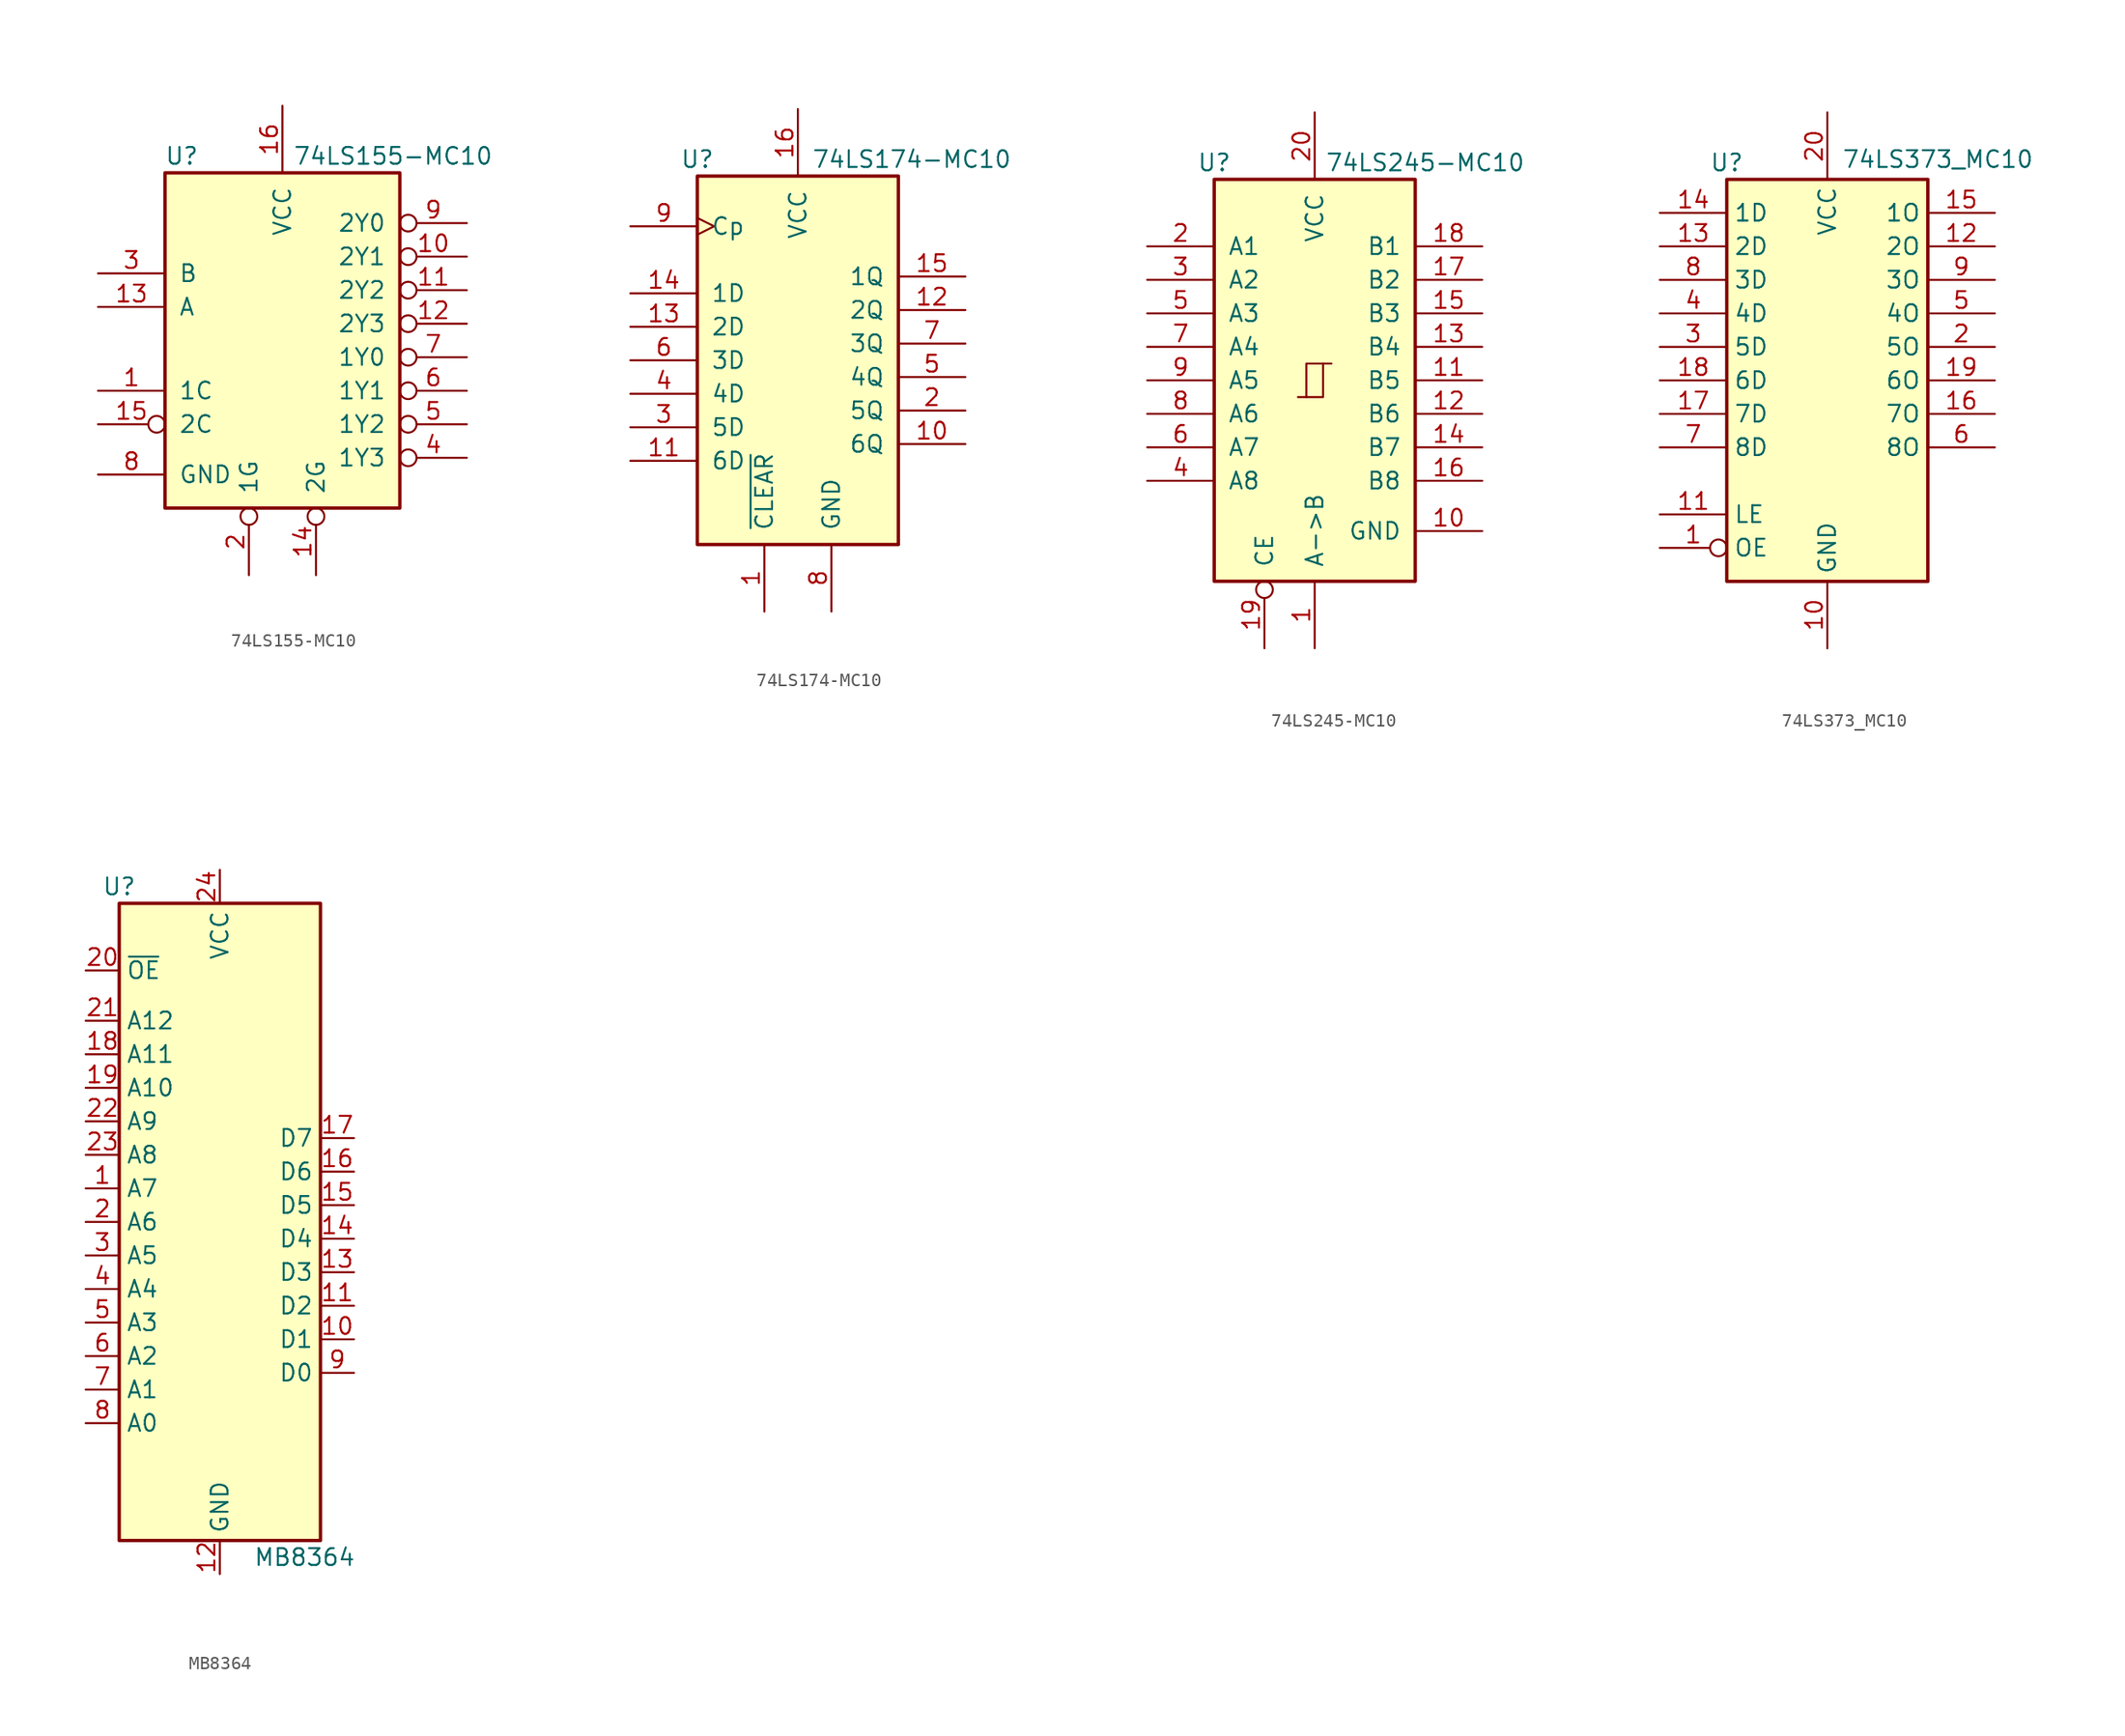
<source format=kicad_sym>
(kicad_symbol_lib
  (version 20231120)
  (generator "kicad_symbol_editor")
  (generator_version "8.0")
  (symbol "74LS155-MC10"
    (pin_names
      (offset 1.016))
    (property "Reference" "U"
      (at -7.62 13.97 0)
      (effects (font (size 1.27 1.27))))
    (property "Value" "74LS155-MC10"
      (at 8.382 13.97 0)
      (effects (font (size 1.27 1.27))))
    (property "ki_locked" ""
      (at 0 0 0)
      (effects (font (size 1.27 1.27))))
    (symbol "74LS155-MC10_1_0"
      (pin input line (at -13.97 -3.81 0) (length 5.08) (name "1C" (effects (font (size 1.27 1.27)))) (number "1" (effects (font (size 1.27 1.27)))))
      (pin output inverted (at 13.97 6.35 180) (length 5.08) (name "2Y1" (effects (font (size 1.27 1.27)))) (number "10" (effects (font (size 1.27 1.27)))))
      (pin output inverted (at 13.97 3.81 180) (length 5.08) (name "2Y2" (effects (font (size 1.27 1.27)))) (number "11" (effects (font (size 1.27 1.27)))))
      (pin output inverted (at 13.97 1.27 180) (length 5.08) (name "2Y3" (effects (font (size 1.27 1.27)))) (number "12" (effects (font (size 1.27 1.27)))))
      (pin input line (at -13.97 2.54 0) (length 5.08) (name "A" (effects (font (size 1.27 1.27)))) (number "13" (effects (font (size 1.27 1.27)))))
      (pin input inverted (at 2.54 -17.78 90) (length 5.08) (name "2G" (effects (font (size 1.27 1.27)))) (number "14" (effects (font (size 1.27 1.27)))))
      (pin input inverted (at -13.97 -6.35 0) (length 5.08) (name "2C" (effects (font (size 1.27 1.27)))) (number "15" (effects (font (size 1.27 1.27)))))
      (pin power_in line (at 0 17.78 270) (length 5.08) (name "VCC" (effects (font (size 1.27 1.27)))) (number "16" (effects (font (size 1.27 1.27)))))
      (pin input inverted (at -2.54 -17.78 90) (length 5.08) (name "1G" (effects (font (size 1.27 1.27)))) (number "2" (effects (font (size 1.27 1.27)))))
      (pin input line (at -13.97 5.08 0) (length 5.08) (name "B" (effects (font (size 1.27 1.27)))) (number "3" (effects (font (size 1.27 1.27)))))
      (pin output inverted (at 13.97 -8.89 180) (length 5.08) (name "1Y3" (effects (font (size 1.27 1.27)))) (number "4" (effects (font (size 1.27 1.27)))))
      (pin output inverted (at 13.97 -6.35 180) (length 5.08) (name "1Y2" (effects (font (size 1.27 1.27)))) (number "5" (effects (font (size 1.27 1.27)))))
      (pin output inverted (at 13.97 -3.81 180) (length 5.08) (name "1Y1" (effects (font (size 1.27 1.27)))) (number "6" (effects (font (size 1.27 1.27)))))
      (pin output inverted (at 13.97 -1.27 180) (length 5.08) (name "1Y0" (effects (font (size 1.27 1.27)))) (number "7" (effects (font (size 1.27 1.27)))))
      (pin power_in line (at -13.97 -10.16 0) (length 5.08) (name "GND" (effects (font (size 1.27 1.27)))) (number "8" (effects (font (size 1.27 1.27)))))
      (pin output inverted (at 13.97 8.89 180) (length 5.08) (name "2Y0" (effects (font (size 1.27 1.27)))) (number "9" (effects (font (size 1.27 1.27))))))
    (symbol "74LS155-MC10_1_1"
      (rectangle (start -8.89 12.7) (end 8.89 -12.7) (stroke (width 0.254) (type default)) (fill (type background)))))
  (symbol "74LS174-MC10"
    (pin_names
      (offset 1.016))
    (property "Reference" "U"
      (at -7.62 13.97 0)
      (effects (font (size 1.27 1.27))))
    (property "Value" "74LS174-MC10"
      (at 8.636 13.97 0)
      (effects (font (size 1.27 1.27))))
    (property "ki_locked" ""
      (at 0 0 0)
      (effects (font (size 1.27 1.27))))
    (symbol "74LS174-MC10_1_0"
      (pin input line (at -2.54 -20.32 90) (length 5.08) (name "~{CLEAR}" (effects (font (size 1.27 1.27)))) (number "1" (effects (font (size 1.27 1.27)))))
      (pin output line (at 12.7 -7.62 180) (length 5.08) (name "6Q" (effects (font (size 1.27 1.27)))) (number "10" (effects (font (size 1.27 1.27)))))
      (pin input line (at -12.7 -8.89 0) (length 5.08) (name "6D" (effects (font (size 1.27 1.27)))) (number "11" (effects (font (size 1.27 1.27)))))
      (pin output line (at 12.7 2.54 180) (length 5.08) (name "2Q" (effects (font (size 1.27 1.27)))) (number "12" (effects (font (size 1.27 1.27)))))
      (pin input line (at -12.7 1.27 0) (length 5.08) (name "2D" (effects (font (size 1.27 1.27)))) (number "13" (effects (font (size 1.27 1.27)))))
      (pin input line (at -12.7 3.81 0) (length 5.08) (name "1D" (effects (font (size 1.27 1.27)))) (number "14" (effects (font (size 1.27 1.27)))))
      (pin output line (at 12.7 5.08 180) (length 5.08) (name "1Q" (effects (font (size 1.27 1.27)))) (number "15" (effects (font (size 1.27 1.27)))))
      (pin power_in line (at 0 17.78 270) (length 5.08) (name "VCC" (effects (font (size 1.27 1.27)))) (number "16" (effects (font (size 1.27 1.27)))))
      (pin output line (at 12.7 -5.08 180) (length 5.08) (name "5Q" (effects (font (size 1.27 1.27)))) (number "2" (effects (font (size 1.27 1.27)))))
      (pin input line (at -12.7 -6.35 0) (length 5.08) (name "5D" (effects (font (size 1.27 1.27)))) (number "3" (effects (font (size 1.27 1.27)))))
      (pin input line (at -12.7 -3.81 0) (length 5.08) (name "4D" (effects (font (size 1.27 1.27)))) (number "4" (effects (font (size 1.27 1.27)))))
      (pin output line (at 12.7 -2.54 180) (length 5.08) (name "4Q" (effects (font (size 1.27 1.27)))) (number "5" (effects (font (size 1.27 1.27)))))
      (pin input line (at -12.7 -1.27 0) (length 5.08) (name "3D" (effects (font (size 1.27 1.27)))) (number "6" (effects (font (size 1.27 1.27)))))
      (pin output line (at 12.7 0 180) (length 5.08) (name "3Q" (effects (font (size 1.27 1.27)))) (number "7" (effects (font (size 1.27 1.27)))))
      (pin power_in line (at 2.54 -20.32 90) (length 5.08) (name "GND" (effects (font (size 1.27 1.27)))) (number "8" (effects (font (size 1.27 1.27)))))
      (pin input clock (at -12.7 8.89 0) (length 5.08) (name "Cp" (effects (font (size 1.27 1.27)))) (number "9" (effects (font (size 1.27 1.27))))))
    (symbol "74LS174-MC10_1_1"
      (rectangle (start -7.62 12.7) (end 7.62 -15.24) (stroke (width 0.254) (type default)) (fill (type background)))))
  (symbol "74LS245-MC10"
    (pin_names
      (offset 1.016))
    (property "Reference" "U"
      (at -7.62 16.51 0)
      (effects (font (size 1.27 1.27))))
    (property "Value" "74LS245-MC10"
      (at 8.382 16.51 0)
      (effects (font (size 1.27 1.27))))
    (property "ki_locked" ""
      (at 0 0 0)
      (effects (font (size 1.27 1.27))))
    (symbol "74LS245-MC10_1_0"
      (polyline (pts (xy -0.635 -1.27) (xy -0.635 1.27) (xy 0.635 1.27)) (stroke (width 0) (type default)) (fill (type none)))
      (polyline (pts (xy -1.27 -1.27) (xy 0.635 -1.27) (xy 0.635 1.27) (xy 1.27 1.27)) (stroke (width 0) (type default)) (fill (type none)))
      (pin input line (at 0 -20.32 90) (length 5.08) (name "A->B" (effects (font (size 1.27 1.27)))) (number "1" (effects (font (size 1.27 1.27)))))
      (pin power_in line (at 12.7 -11.43 180) (length 5.08) (name "GND" (effects (font (size 1.27 1.27)))) (number "10" (effects (font (size 1.27 1.27)))))
      (pin tri_state line (at 12.7 0 180) (length 5.08) (name "B5" (effects (font (size 1.27 1.27)))) (number "11" (effects (font (size 1.27 1.27)))))
      (pin tri_state line (at 12.7 -2.54 180) (length 5.08) (name "B6" (effects (font (size 1.27 1.27)))) (number "12" (effects (font (size 1.27 1.27)))))
      (pin tri_state line (at 12.7 2.54 180) (length 5.08) (name "B4" (effects (font (size 1.27 1.27)))) (number "13" (effects (font (size 1.27 1.27)))))
      (pin tri_state line (at 12.7 -5.08 180) (length 5.08) (name "B7" (effects (font (size 1.27 1.27)))) (number "14" (effects (font (size 1.27 1.27)))))
      (pin tri_state line (at 12.7 5.08 180) (length 5.08) (name "B3" (effects (font (size 1.27 1.27)))) (number "15" (effects (font (size 1.27 1.27)))))
      (pin tri_state line (at 12.7 -7.62 180) (length 5.08) (name "B8" (effects (font (size 1.27 1.27)))) (number "16" (effects (font (size 1.27 1.27)))))
      (pin tri_state line (at 12.7 7.62 180) (length 5.08) (name "B2" (effects (font (size 1.27 1.27)))) (number "17" (effects (font (size 1.27 1.27)))))
      (pin tri_state line (at 12.7 10.16 180) (length 5.08) (name "B1" (effects (font (size 1.27 1.27)))) (number "18" (effects (font (size 1.27 1.27)))))
      (pin input inverted (at -3.81 -20.32 90) (length 5.08) (name "CE" (effects (font (size 1.27 1.27)))) (number "19" (effects (font (size 1.27 1.27)))))
      (pin tri_state line (at -12.7 10.16 0) (length 5.08) (name "A1" (effects (font (size 1.27 1.27)))) (number "2" (effects (font (size 1.27 1.27)))))
      (pin power_in line (at 0 20.32 270) (length 5.08) (name "VCC" (effects (font (size 1.27 1.27)))) (number "20" (effects (font (size 1.27 1.27)))))
      (pin tri_state line (at -12.7 7.62 0) (length 5.08) (name "A2" (effects (font (size 1.27 1.27)))) (number "3" (effects (font (size 1.27 1.27)))))
      (pin tri_state line (at -12.7 -7.62 0) (length 5.08) (name "A8" (effects (font (size 1.27 1.27)))) (number "4" (effects (font (size 1.27 1.27)))))
      (pin tri_state line (at -12.7 5.08 0) (length 5.08) (name "A3" (effects (font (size 1.27 1.27)))) (number "5" (effects (font (size 1.27 1.27)))))
      (pin tri_state line (at -12.7 -5.08 0) (length 5.08) (name "A7" (effects (font (size 1.27 1.27)))) (number "6" (effects (font (size 1.27 1.27)))))
      (pin tri_state line (at -12.7 2.54 0) (length 5.08) (name "A4" (effects (font (size 1.27 1.27)))) (number "7" (effects (font (size 1.27 1.27)))))
      (pin tri_state line (at -12.7 -2.54 0) (length 5.08) (name "A6" (effects (font (size 1.27 1.27)))) (number "8" (effects (font (size 1.27 1.27)))))
      (pin tri_state line (at -12.7 0 0) (length 5.08) (name "A5" (effects (font (size 1.27 1.27)))) (number "9" (effects (font (size 1.27 1.27))))))
    (symbol "74LS245-MC10_1_1"
      (rectangle (start -7.62 15.24) (end 7.62 -15.24) (stroke (width 0.254) (type default)) (fill (type background)))))
  (symbol "74LS373_MC10"
    (property "Reference" "U"
      (at -7.62 16.51 0)
      (effects (font (size 1.27 1.27))))
    (property "Value" "74LS373_MC10"
      (at 8.382 16.764 0)
      (effects (font (size 1.27 1.27))))
    (symbol "74LS373_MC10_1_0"
      (pin input inverted (at -12.7 -12.7 0) (length 5.08) (name "OE" (effects (font (size 1.27 1.27)))) (number "1" (effects (font (size 1.27 1.27)))))
      (pin power_in line (at 0 -20.32 90) (length 5.08) (name "GND" (effects (font (size 1.27 1.27)))) (number "10" (effects (font (size 1.27 1.27)))))
      (pin input line (at -12.7 -10.16 0) (length 5.08) (name "LE" (effects (font (size 1.27 1.27)))) (number "11" (effects (font (size 1.27 1.27)))))
      (pin tri_state line (at 12.7 10.16 180) (length 5.08) (name "2O" (effects (font (size 1.27 1.27)))) (number "12" (effects (font (size 1.27 1.27)))))
      (pin input line (at -12.7 10.16 0) (length 5.08) (name "2D" (effects (font (size 1.27 1.27)))) (number "13" (effects (font (size 1.27 1.27)))))
      (pin input line (at -12.7 12.7 0) (length 5.08) (name "1D" (effects (font (size 1.27 1.27)))) (number "14" (effects (font (size 1.27 1.27)))))
      (pin tri_state line (at 12.7 12.7 180) (length 5.08) (name "1O" (effects (font (size 1.27 1.27)))) (number "15" (effects (font (size 1.27 1.27)))))
      (pin tri_state line (at 12.7 -2.54 180) (length 5.08) (name "7O" (effects (font (size 1.27 1.27)))) (number "16" (effects (font (size 1.27 1.27)))))
      (pin input line (at -12.7 -2.54 0) (length 5.08) (name "7D" (effects (font (size 1.27 1.27)))) (number "17" (effects (font (size 1.27 1.27)))))
      (pin input line (at -12.7 0 0) (length 5.08) (name "6D" (effects (font (size 1.27 1.27)))) (number "18" (effects (font (size 1.27 1.27)))))
      (pin tri_state line (at 12.7 0 180) (length 5.08) (name "6O" (effects (font (size 1.27 1.27)))) (number "19" (effects (font (size 1.27 1.27)))))
      (pin tri_state line (at 12.7 2.54 180) (length 5.08) (name "5O" (effects (font (size 1.27 1.27)))) (number "2" (effects (font (size 1.27 1.27)))))
      (pin power_in line (at 0 20.32 270) (length 5.08) (name "VCC" (effects (font (size 1.27 1.27)))) (number "20" (effects (font (size 1.27 1.27)))))
      (pin input line (at -12.7 2.54 0) (length 5.08) (name "5D" (effects (font (size 1.27 1.27)))) (number "3" (effects (font (size 1.27 1.27)))))
      (pin input line (at -12.7 5.08 0) (length 5.08) (name "4D" (effects (font (size 1.27 1.27)))) (number "4" (effects (font (size 1.27 1.27)))))
      (pin tri_state line (at 12.7 5.08 180) (length 5.08) (name "4O" (effects (font (size 1.27 1.27)))) (number "5" (effects (font (size 1.27 1.27)))))
      (pin tri_state line (at 12.7 -5.08 180) (length 5.08) (name "8O" (effects (font (size 1.27 1.27)))) (number "6" (effects (font (size 1.27 1.27)))))
      (pin input line (at -12.7 -5.08 0) (length 5.08) (name "8D" (effects (font (size 1.27 1.27)))) (number "7" (effects (font (size 1.27 1.27)))))
      (pin input line (at -12.7 7.62 0) (length 5.08) (name "3D" (effects (font (size 1.27 1.27)))) (number "8" (effects (font (size 1.27 1.27)))))
      (pin tri_state line (at 12.7 7.62 180) (length 5.08) (name "3O" (effects (font (size 1.27 1.27)))) (number "9" (effects (font (size 1.27 1.27))))))
    (symbol "74LS373_MC10_1_1"
      (rectangle (start -7.62 15.24) (end 7.62 -15.24) (stroke (width 0.254) (type default)) (fill (type background)))))
  (symbol "MB8364"
    (property "Reference" "U"
      (at -7.62 24.13 0)
      (effects (font (size 1.27 1.27))))
    (property "Value" "MB8364"
      (at 2.54 -26.67 0)
      (effects (font (size 1.27 1.27)) (justify left)))
    (symbol "MB8364_1_1"
      (rectangle (start -7.62 22.86) (end 7.62 -25.4) (stroke (width 0.254) (type default)) (fill (type background)))
      (pin input line (at -10.16 1.27 0) (length 2.54) (name "A7" (effects (font (size 1.27 1.27)))) (number "1" (effects (font (size 1.27 1.27)))))
      (pin tri_state line (at 10.16 -10.16 180) (length 2.54) (name "D1" (effects (font (size 1.27 1.27)))) (number "10" (effects (font (size 1.27 1.27)))))
      (pin tri_state line (at 10.16 -7.62 180) (length 2.54) (name "D2" (effects (font (size 1.27 1.27)))) (number "11" (effects (font (size 1.27 1.27)))))
      (pin power_in line (at 0 -27.94 90) (length 2.54) (name "GND" (effects (font (size 1.27 1.27)))) (number "12" (effects (font (size 1.27 1.27)))))
      (pin tri_state line (at 10.16 -5.08 180) (length 2.54) (name "D3" (effects (font (size 1.27 1.27)))) (number "13" (effects (font (size 1.27 1.27)))))
      (pin tri_state line (at 10.16 -2.54 180) (length 2.54) (name "D4" (effects (font (size 1.27 1.27)))) (number "14" (effects (font (size 1.27 1.27)))))
      (pin tri_state line (at 10.16 0 180) (length 2.54) (name "D5" (effects (font (size 1.27 1.27)))) (number "15" (effects (font (size 1.27 1.27)))))
      (pin tri_state line (at 10.16 2.54 180) (length 2.54) (name "D6" (effects (font (size 1.27 1.27)))) (number "16" (effects (font (size 1.27 1.27)))))
      (pin tri_state line (at 10.16 5.08 180) (length 2.54) (name "D7" (effects (font (size 1.27 1.27)))) (number "17" (effects (font (size 1.27 1.27)))))
      (pin input line (at -10.16 11.43 0) (length 2.54) (name "A11" (effects (font (size 1.27 1.27)))) (number "18" (effects (font (size 1.27 1.27)))))
      (pin input line (at -10.16 8.89 0) (length 2.54) (name "A10" (effects (font (size 1.27 1.27)))) (number "19" (effects (font (size 1.27 1.27)))))
      (pin input line (at -10.16 -1.27 0) (length 2.54) (name "A6" (effects (font (size 1.27 1.27)))) (number "2" (effects (font (size 1.27 1.27)))))
      (pin input line (at -10.16 17.78 0) (length 2.54) (name "~{OE}" (effects (font (size 1.27 1.27)))) (number "20" (effects (font (size 1.27 1.27)))))
      (pin input line (at -10.16 13.97 0) (length 2.54) (name "A12" (effects (font (size 1.27 1.27)))) (number "21" (effects (font (size 1.27 1.27)))))
      (pin input line (at -10.16 6.35 0) (length 2.54) (name "A9" (effects (font (size 1.27 1.27)))) (number "22" (effects (font (size 1.27 1.27)))))
      (pin input line (at -10.16 3.81 0) (length 2.54) (name "A8" (effects (font (size 1.27 1.27)))) (number "23" (effects (font (size 1.27 1.27)))))
      (pin power_in line (at 0 25.4 270) (length 2.54) (name "VCC" (effects (font (size 1.27 1.27)))) (number "24" (effects (font (size 1.27 1.27)))))
      (pin input line (at -10.16 -3.81 0) (length 2.54) (name "A5" (effects (font (size 1.27 1.27)))) (number "3" (effects (font (size 1.27 1.27)))))
      (pin input line (at -10.16 -6.35 0) (length 2.54) (name "A4" (effects (font (size 1.27 1.27)))) (number "4" (effects (font (size 1.27 1.27)))))
      (pin input line (at -10.16 -8.89 0) (length 2.54) (name "A3" (effects (font (size 1.27 1.27)))) (number "5" (effects (font (size 1.27 1.27)))))
      (pin input line (at -10.16 -11.43 0) (length 2.54) (name "A2" (effects (font (size 1.27 1.27)))) (number "6" (effects (font (size 1.27 1.27)))))
      (pin input line (at -10.16 -13.97 0) (length 2.54) (name "A1" (effects (font (size 1.27 1.27)))) (number "7" (effects (font (size 1.27 1.27)))))
      (pin input line (at -10.16 -16.51 0) (length 2.54) (name "A0" (effects (font (size 1.27 1.27)))) (number "8" (effects (font (size 1.27 1.27)))))
      (pin tri_state line (at 10.16 -12.7 180) (length 2.54) (name "D0" (effects (font (size 1.27 1.27)))) (number "9" (effects (font (size 1.27 1.27))))))))
</source>
